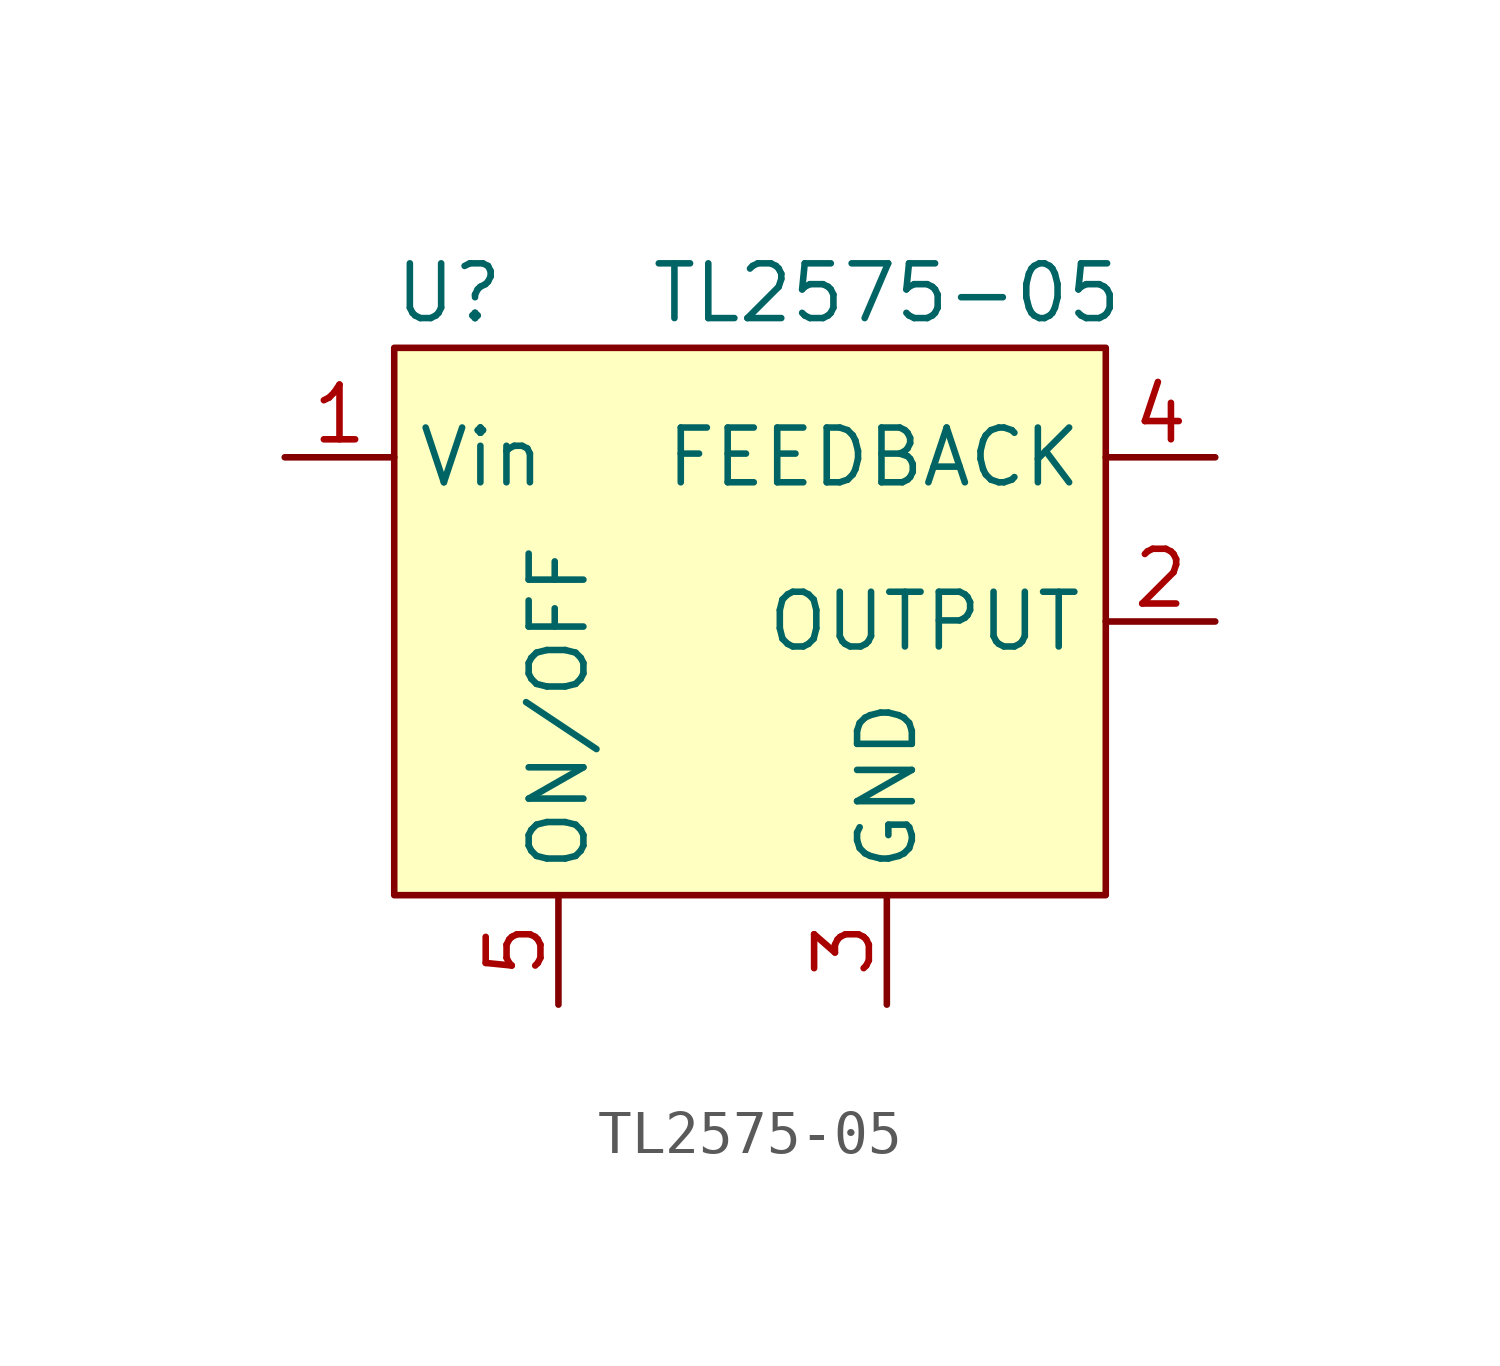
<source format=kicad_sym>
(kicad_symbol_lib
  (version 20211014)
  (generator kicad_symbol_editor)
  (symbol "TL2575-05"
    (property "Reference" "U"
      (at -6.35 7.62 0)
      (effects (font (size 1.27 1.27))))
    (property "Value" "TL2575-05"
      (at 3.81 7.62 0)
      (effects (font (size 1.27 1.27))))
    (symbol "TL2575-05_0_1"
      (rectangle (start -7.62 6.35) (end 8.89 -6.35) (stroke (width 0) (type default) (color 0 0 0 0)) (fill (type background))))
    (symbol "TL2575-05_1_1"
      (pin power_in line (at -10.16 3.81 0) (length 2.54) (name "Vin" (effects (font (size 1.27 1.27)))) (number "1" (effects (font (size 1.27 1.27)))))
      (pin power_out line (at 11.43 0 180) (length 2.54) (name "OUTPUT" (effects (font (size 1.27 1.27)))) (number "2" (effects (font (size 1.27 1.27)))))
      (pin power_in line (at 3.81 -8.89 90) (length 2.54) (name "GND" (effects (font (size 1.27 1.27)))) (number "3" (effects (font (size 1.27 1.27)))))
      (pin input line (at 11.43 3.81 180) (length 2.54) (name "FEEDBACK" (effects (font (size 1.27 1.27)))) (number "4" (effects (font (size 1.27 1.27)))))
      (pin input line (at -3.81 -8.89 90) (length 2.54) (name "ON/OFF" (effects (font (size 1.27 1.27)))) (number "5" (effects (font (size 1.27 1.27))))))))
</source>
